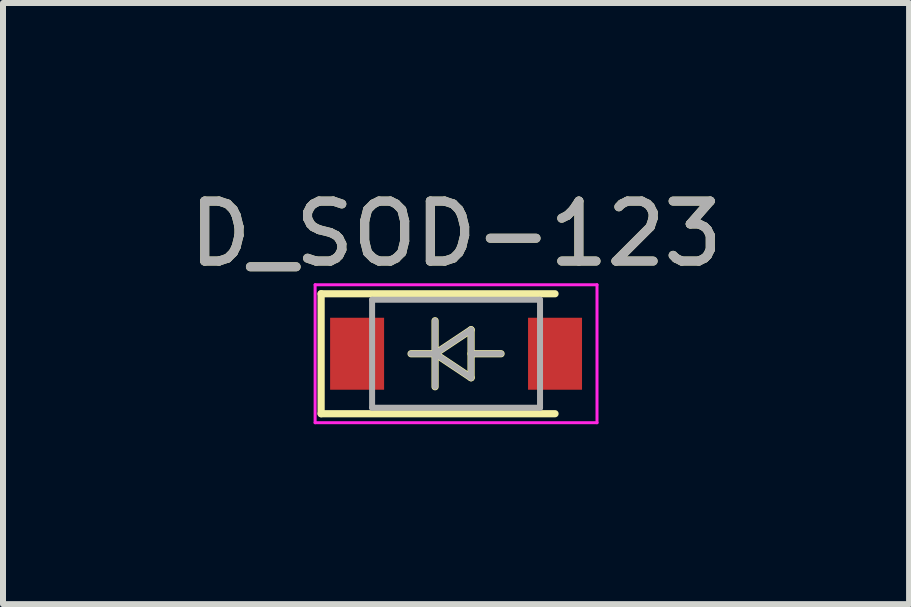
<source format=kicad_pcb>
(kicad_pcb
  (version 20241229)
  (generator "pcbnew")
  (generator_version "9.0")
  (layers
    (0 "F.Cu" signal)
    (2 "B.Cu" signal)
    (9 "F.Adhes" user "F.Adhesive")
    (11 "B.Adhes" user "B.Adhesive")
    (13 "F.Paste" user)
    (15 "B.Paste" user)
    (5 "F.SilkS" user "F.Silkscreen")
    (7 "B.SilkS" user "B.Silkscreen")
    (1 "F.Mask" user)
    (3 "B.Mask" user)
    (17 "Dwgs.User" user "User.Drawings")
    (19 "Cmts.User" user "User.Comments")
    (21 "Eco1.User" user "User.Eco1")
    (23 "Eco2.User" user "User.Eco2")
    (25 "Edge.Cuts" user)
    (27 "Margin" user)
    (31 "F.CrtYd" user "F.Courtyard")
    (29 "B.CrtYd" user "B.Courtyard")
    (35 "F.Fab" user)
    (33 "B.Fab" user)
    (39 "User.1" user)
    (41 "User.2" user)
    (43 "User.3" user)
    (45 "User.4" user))
  (footprint "D_SOD-123"
    (layer "F.Cu")
    (at 4.554 2.848)
    (property "Reference" "D_SOD-123" (at 0 -2 0) (layer "F.SilkS") (effects (font (size 1 1) (thickness 0.15))))
    (attr smd)
    (fp_line (start -2.25 -1) (end -2.25 1) (stroke (width 0.12) (type solid)) (layer "F.SilkS"))
    (fp_line (start -2.25 -1) (end 1.65 -1) (stroke (width 0.12) (type solid)) (layer "F.SilkS"))
    (fp_line (start -2.25 1) (end 1.65 1) (stroke (width 0.12) (type solid)) (layer "F.SilkS"))
    (fp_line (start -0.75 0) (end -0.35 0) (stroke (width 0.12) (type solid)) (layer "F.SilkS"))
    (fp_line (start -0.35 -0.55) (end -0.35 0.55) (stroke (width 0.12) (type solid)) (layer "F.SilkS"))
    (fp_line (start -0.35 0) (end 0.25 -0.4) (stroke (width 0.12) (type solid)) (layer "F.SilkS"))
    (fp_line (start 0.25 -0.4) (end 0.25 0.4) (stroke (width 0.12) (type solid)) (layer "F.SilkS"))
    (fp_line (start 0.25 0.4) (end -0.35 0) (stroke (width 0.12) (type solid)) (layer "F.SilkS"))
    (fp_line (start 0.75 0) (end 0.25 0) (stroke (width 0.12) (type solid)) (layer "F.SilkS"))
    (fp_line (start -2.35 -1.15) (end -2.35 1.15) (stroke (width 0.05) (type solid)) (layer "F.CrtYd"))
    (fp_line (start -2.35 -1.15) (end 2.35 -1.15) (stroke (width 0.05) (type solid)) (layer "F.CrtYd"))
    (fp_line (start 2.35 -1.15) (end 2.35 1.15) (stroke (width 0.05) (type solid)) (layer "F.CrtYd"))
    (fp_line (start 2.35 1.15) (end -2.35 1.15) (stroke (width 0.05) (type solid)) (layer "F.CrtYd"))
    (fp_line (start -1.4 -0.9) (end 1.4 -0.9) (stroke (width 0.1) (type solid)) (layer "F.Fab"))
    (fp_line (start -1.4 0.9) (end -1.4 -0.9) (stroke (width 0.1) (type solid)) (layer "F.Fab"))
    (fp_line (start -0.75 0) (end -0.35 0) (stroke (width 0.1) (type solid)) (layer "F.Fab"))
    (fp_line (start -0.35 0) (end -0.35 -0.55) (stroke (width 0.1) (type solid)) (layer "F.Fab"))
    (fp_line (start -0.35 0) (end -0.35 0.55) (stroke (width 0.1) (type solid)) (layer "F.Fab"))
    (fp_line (start -0.35 0) (end 0.25 -0.4) (stroke (width 0.1) (type solid)) (layer "F.Fab"))
    (fp_line (start 0.25 -0.4) (end 0.25 0.4) (stroke (width 0.1) (type solid)) (layer "F.Fab"))
    (fp_line (start 0.25 0) (end 0.75 0) (stroke (width 0.1) (type solid)) (layer "F.Fab"))
    (fp_line (start 0.25 0.4) (end -0.35 0) (stroke (width 0.1) (type solid)) (layer "F.Fab"))
    (fp_line (start 1.4 -0.9) (end 1.4 0.9) (stroke (width 0.1) (type solid)) (layer "F.Fab"))
    (fp_line (start 1.4 0.9) (end -1.4 0.9) (stroke (width 0.1) (type solid)) (layer "F.Fab"))
    (fp_text user "${REFERENCE}" (at 0 -2 0) (layer "F.Fab") (effects (font (size 1 1) (thickness 0.15))))
    (pad "1" smd rect (at -1.65 0) (size 0.9 1.2) (layers "F.Cu" "F.Mask" "F.Paste"))
    (pad "2" smd rect (at 1.65 0) (size 0.9 1.2) (layers "F.Cu" "F.Mask" "F.Paste")))
  (gr_rect
    (start -3 -3)
    (end 12.107 7.023)
    (stroke (width 0.1) (type default))
    (fill no)
    (layer "Edge.Cuts")))
</source>
